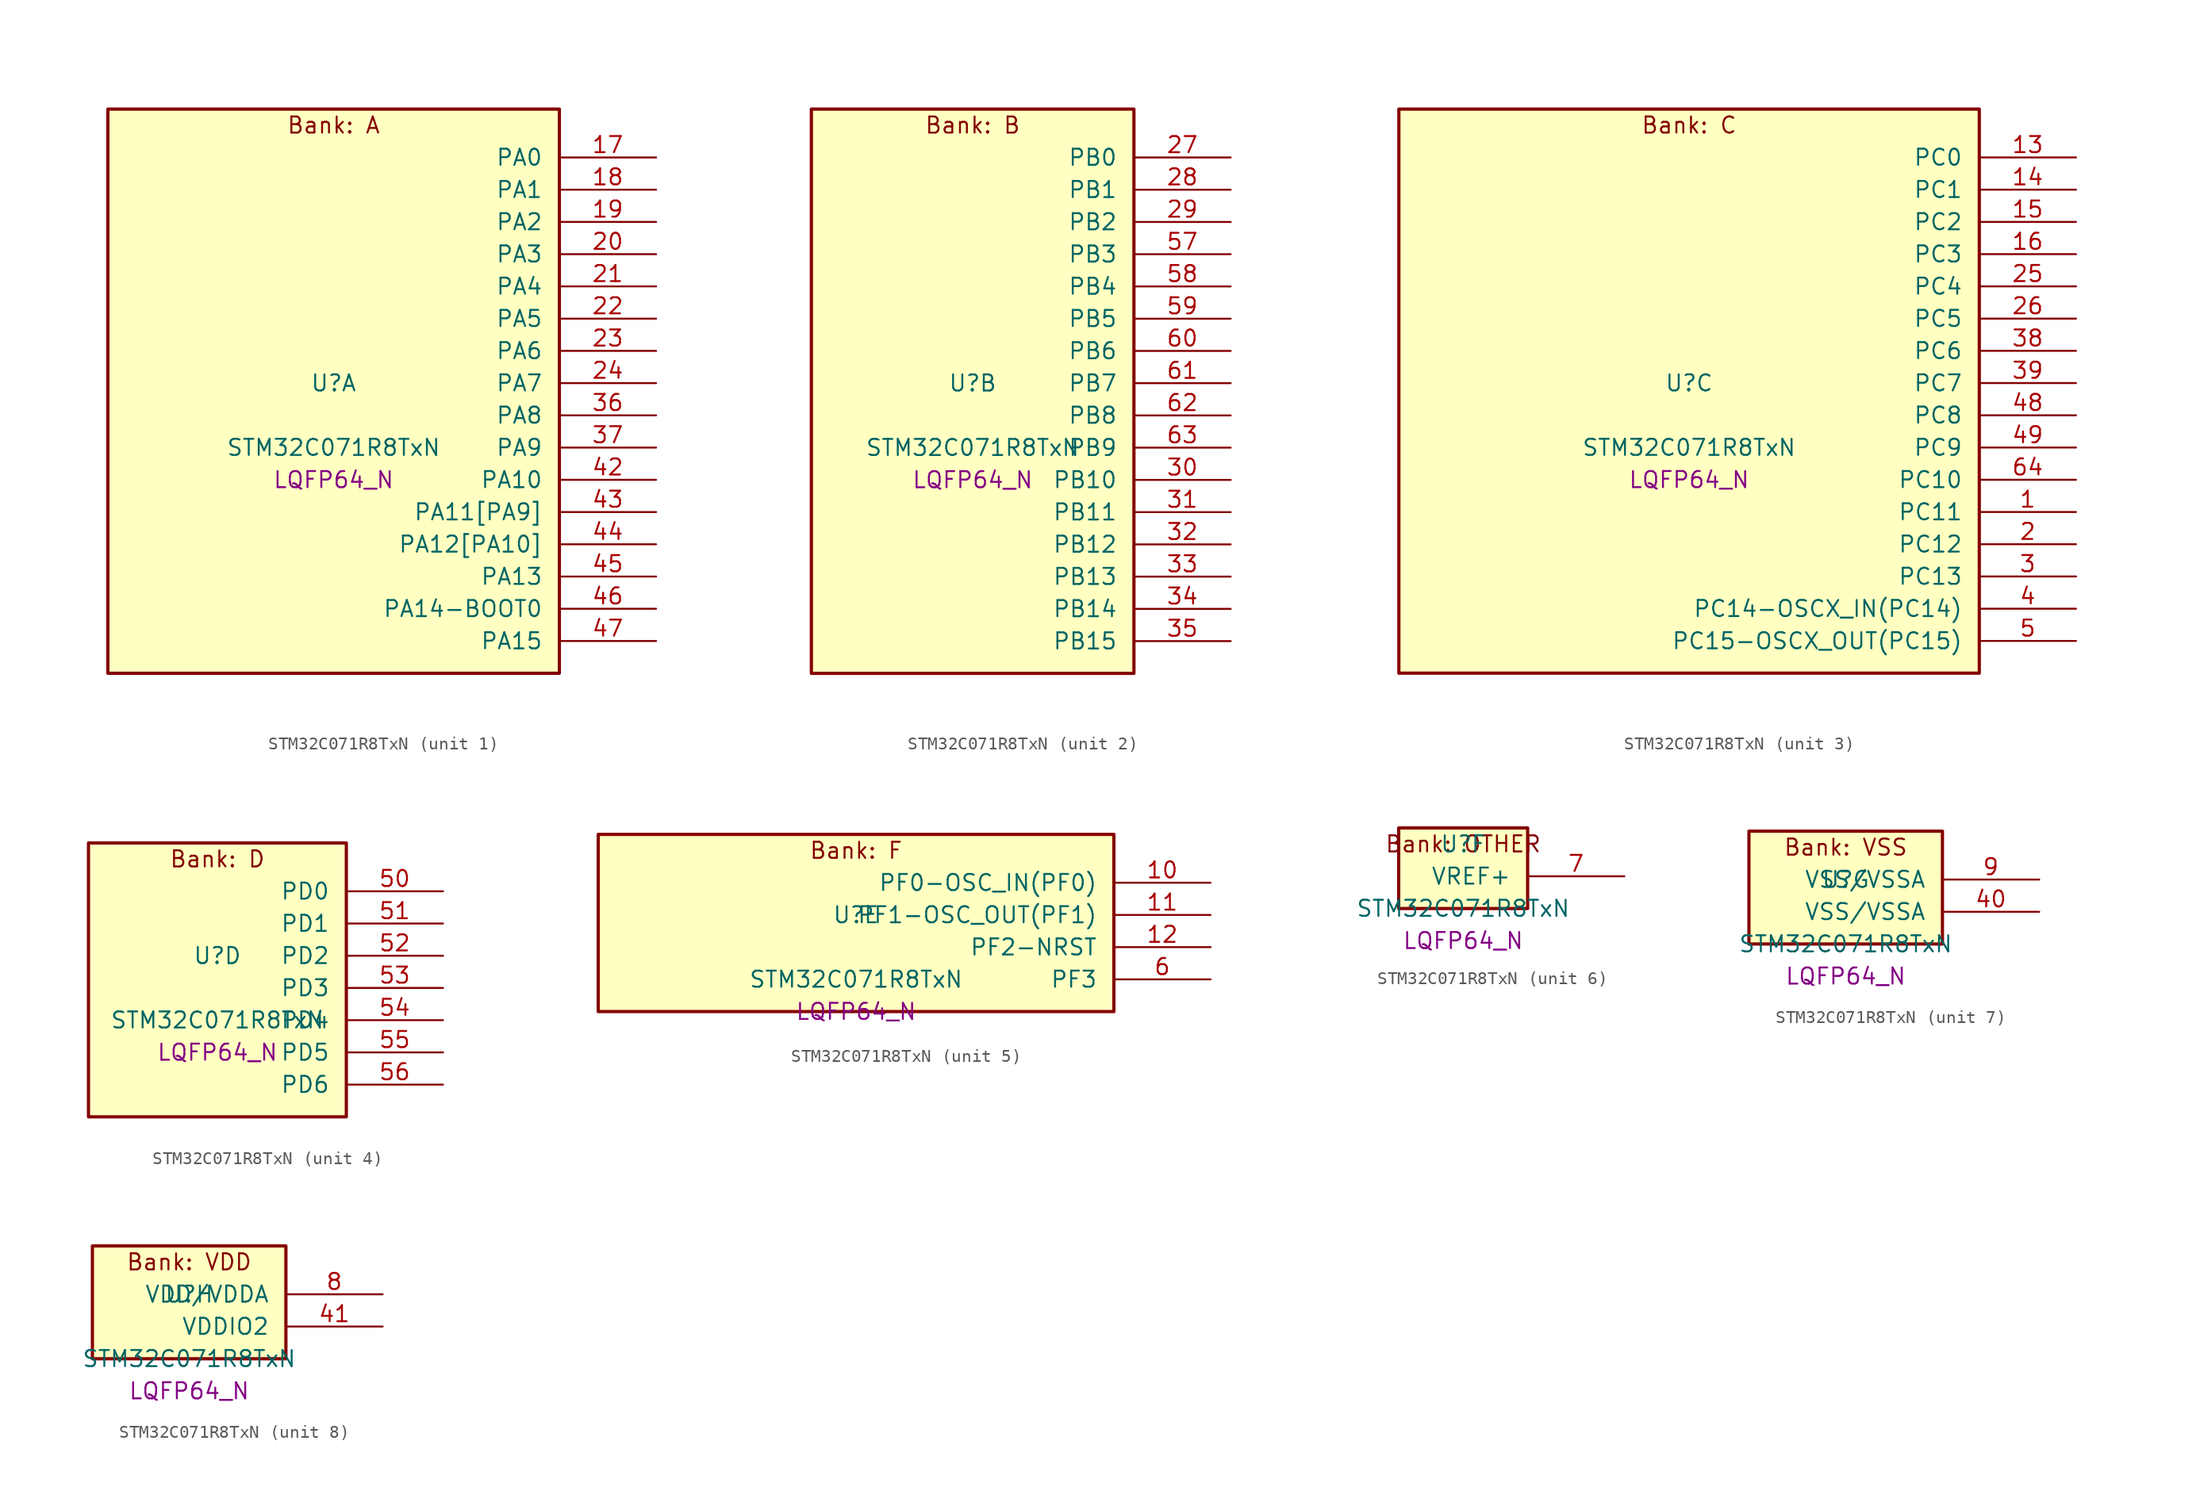
<source format=kicad_sym>
(kicad_symbol_lib
  (version 20241209)
  (generator "stm32_pkl_generator")
  (generator_version "1.0")
  (symbol "STM32C071R8TxN"
    (pin_names
      (offset 1.27))
    (property "Reference" "U"
      (at 0 2.54 0))
    (property "Value" "STM32C071R8TxN"
      (at 0 -2.54 0))
    (property "Footprint" "LQFP64_N"
      (at 0 -5.08 0))
    (symbol "STM32C071R8TxN_1_1"
      (rectangle (start -17.78 24.13) (end 17.78 -20.32) (stroke (width 0.254) (type solid)) (fill (type background)))
      (text "Bank: A" (at 0 22.86 0))
      (pin bidirectional line (at 25.4 20.32 180) (length 7.62) (name "PA0") (number "17") (alternate "PA0/ADC1_IN0" bidirectional line) (alternate "PA0/PWR_WKUP1" bidirectional line) (alternate "PA0/SPI2_SCK" bidirectional line) (alternate "PA0/TIM16_CH1" bidirectional line) (alternate "PA0/TIM1_CH1" bidirectional line) (alternate "PA0/TIM2_CH1" bidirectional line) (alternate "PA0/TIM2_ETR" bidirectional line) (alternate "PA0/USART1_TX" bidirectional line) (alternate "PA0/USART2_CTS" bidirectional line) (alternate "PA0/USART2_NSS" bidirectional line))
      (pin bidirectional line (at 25.4 17.78 180) (length 7.62) (name "PA1") (number "18") (alternate "PA1/ADC1_IN1" bidirectional line) (alternate "PA1/I2C1_SMBA" bidirectional line) (alternate "PA1/I2S1_CK" bidirectional line) (alternate "PA1/SPI1_SCK" bidirectional line) (alternate "PA1/TIM17_CH1" bidirectional line) (alternate "PA1/TIM1_CH2" bidirectional line) (alternate "PA1/TIM2_CH2" bidirectional line) (alternate "PA1/USART1_RX" bidirectional line) (alternate "PA1/USART2_CK" bidirectional line) (alternate "PA1/USART2_DE" bidirectional line) (alternate "PA1/USART2_RTS" bidirectional line))
      (pin bidirectional line (at 25.4 15.24 180) (length 7.62) (name "PA2") (number "19") (alternate "PA2/ADC1_IN2" bidirectional line) (alternate "PA2/I2S1_SD" bidirectional line) (alternate "PA2/PWR_WKUP4" bidirectional line) (alternate "PA2/RCC_LSCO" bidirectional line) (alternate "PA2/SPI1_MOSI" bidirectional line) (alternate "PA2/TIM16_CH1N" bidirectional line) (alternate "PA2/TIM1_CH3" bidirectional line) (alternate "PA2/TIM2_CH3" bidirectional line) (alternate "PA2/TIM3_ETR" bidirectional line) (alternate "PA2/USART2_TX" bidirectional line))
      (pin bidirectional line (at 25.4 12.7 180) (length 7.62) (name "PA3") (number "20") (alternate "PA3/ADC1_IN3" bidirectional line) (alternate "PA3/SPI2_MISO" bidirectional line) (alternate "PA3/TIM1_CH1N" bidirectional line) (alternate "PA3/TIM1_CH4" bidirectional line) (alternate "PA3/TIM2_CH4" bidirectional line) (alternate "PA3/USART2_RX" bidirectional line))
      (pin bidirectional line (at 25.4 10.16 180) (length 7.62) (name "PA4") (number "21") (alternate "PA4/ADC1_IN4" bidirectional line) (alternate "PA4/I2S1_WS" bidirectional line) (alternate "PA4/RTC_OUT2" bidirectional line) (alternate "PA4/SPI1_NSS" bidirectional line) (alternate "PA4/SPI2_MOSI" bidirectional line) (alternate "PA4/TIM14_CH1" bidirectional line) (alternate "PA4/TIM17_CH1N" bidirectional line) (alternate "PA4/TIM1_CH2N" bidirectional line) (alternate "PA4/USART2_TX" bidirectional line) (alternate "PA4/USB_NOE" bidirectional line))
      (pin bidirectional line (at 25.4 7.62 180) (length 7.62) (name "PA5") (number "22") (alternate "PA5/ADC1_IN5" bidirectional line) (alternate "PA5/I2S1_CK" bidirectional line) (alternate "PA5/SPI1_SCK" bidirectional line) (alternate "PA5/TIM1_CH1" bidirectional line) (alternate "PA5/TIM1_CH3N" bidirectional line) (alternate "PA5/TIM2_CH1" bidirectional line) (alternate "PA5/TIM2_ETR" bidirectional line) (alternate "PA5/USART2_RX" bidirectional line))
      (pin bidirectional line (at 25.4 5.08 180) (length 7.62) (name "PA6") (number "23") (alternate "PA6/ADC1_IN6" bidirectional line) (alternate "PA6/I2C2_SDA" bidirectional line) (alternate "PA6/I2S1_MCK" bidirectional line) (alternate "PA6/SPI1_MISO" bidirectional line) (alternate "PA6/TIM16_CH1" bidirectional line) (alternate "PA6/TIM1_BKIN" bidirectional line) (alternate "PA6/TIM3_CH1" bidirectional line))
      (pin bidirectional line (at 25.4 2.54 180) (length 7.62) (name "PA7") (number "24") (alternate "PA7/ADC1_IN7" bidirectional line) (alternate "PA7/I2C2_SCL" bidirectional line) (alternate "PA7/I2S1_SD" bidirectional line) (alternate "PA7/SPI1_MOSI" bidirectional line) (alternate "PA7/TIM14_CH1" bidirectional line) (alternate "PA7/TIM17_CH1" bidirectional line) (alternate "PA7/TIM1_CH1N" bidirectional line) (alternate "PA7/TIM3_CH2" bidirectional line))
      (pin bidirectional line (at 25.4 0 180) (length 7.62) (name "PA8") (number "36") (alternate "PA8/ADC1_IN8" bidirectional line) (alternate "PA8/CRS_SYNC" bidirectional line) (alternate "PA8/I2S1_WS" bidirectional line) (alternate "PA8/RCC_MCO" bidirectional line) (alternate "PA8/RCC_MCO_2" bidirectional line) (alternate "PA8/SPI1_NSS" bidirectional line) (alternate "PA8/SPI2_MISO" bidirectional line) (alternate "PA8/SPI2_NSS" bidirectional line) (alternate "PA8/TIM14_CH1" bidirectional line) (alternate "PA8/TIM1_CH1" bidirectional line) (alternate "PA8/TIM1_CH2N" bidirectional line) (alternate "PA8/TIM1_CH3N" bidirectional line) (alternate "PA8/TIM3_CH3" bidirectional line) (alternate "PA8/TIM3_CH4" bidirectional line) (alternate "PA8/USART1_RX" bidirectional line) (alternate "PA8/USART2_TX" bidirectional line))
      (pin bidirectional line (at 25.4 -2.54 180) (length 7.62) (name "PA9") (number "37") (alternate "PA9/I2C1_SCL" bidirectional line) (alternate "PA9/I2C2_SCL" bidirectional line) (alternate "PA9/RCC_MCO" bidirectional line) (alternate "PA9/SPI2_MISO" bidirectional line) (alternate "PA9/TIM1_CH2" bidirectional line) (alternate "PA9/TIM3_ETR" bidirectional line) (alternate "PA9/USART1_TX" bidirectional line) (alternate "PA9/NC" bidirectional line))
      (pin bidirectional line (at 25.4 -5.08 180) (length 7.62) (name "PA10") (number "42") (alternate "PA10/I2C1_SDA" bidirectional line) (alternate "PA10/I2C2_SDA" bidirectional line) (alternate "PA10/RCC_MCO_2" bidirectional line) (alternate "PA10/SPI2_MOSI" bidirectional line) (alternate "PA10/TIM17_BKIN" bidirectional line) (alternate "PA10/TIM1_CH3" bidirectional line) (alternate "PA10/USART1_RX" bidirectional line) (alternate "PA10/NC" bidirectional line))
      (pin bidirectional line (at 25.4 -7.62 180) (length 7.62) (name "PA11[PA9]") (number "43") (alternate "PA11[PA9]/ADC1_EXTI11" bidirectional line) (alternate "PA11[PA9]/I2C2_SCL" bidirectional line) (alternate "PA11[PA9]/I2S1_MCK" bidirectional line) (alternate "PA11[PA9]/SPI1_MISO" bidirectional line) (alternate "PA11[PA9]/TIM1_BKIN2" bidirectional line) (alternate "PA11[PA9]/TIM1_CH4" bidirectional line) (alternate "PA11[PA9]/USART1_CTS" bidirectional line) (alternate "PA11[PA9]/USART1_NSS" bidirectional line) (alternate "PA11[PA9]/USB_DM" bidirectional line) (alternate "PA11[PA9]/PA9[PA11]" bidirectional line) (alternate "PA11[PA9]/I2C1_SCL" bidirectional line) (alternate "PA11[PA9]/RCC_MCO" bidirectional line) (alternate "PA11[PA9]/SPI2_MISO" bidirectional line) (alternate "PA11[PA9]/TIM1_CH2" bidirectional line) (alternate "PA11[PA9]/TIM3_ETR" bidirectional line) (alternate "PA11[PA9]/USART1_TX" bidirectional line))
      (pin bidirectional line (at 25.4 -10.16 180) (length 7.62) (name "PA12[PA10]") (number "44") (alternate "PA12[PA10]/I2C2_SDA" bidirectional line) (alternate "PA12[PA10]/I2S1_SD" bidirectional line) (alternate "PA12[PA10]/I2S_CKIN" bidirectional line) (alternate "PA12[PA10]/SPI1_MOSI" bidirectional line) (alternate "PA12[PA10]/TIM1_ETR" bidirectional line) (alternate "PA12[PA10]/USART1_CK" bidirectional line) (alternate "PA12[PA10]/USART1_DE" bidirectional line) (alternate "PA12[PA10]/USART1_RTS" bidirectional line) (alternate "PA12[PA10]/USB_DP" bidirectional line) (alternate "PA12[PA10]/PA10[PA12]" bidirectional line) (alternate "PA12[PA10]/I2C1_SDA" bidirectional line) (alternate "PA12[PA10]/RCC_MCO_2" bidirectional line) (alternate "PA12[PA10]/SPI2_MOSI" bidirectional line) (alternate "PA12[PA10]/TIM17_BKIN" bidirectional line) (alternate "PA12[PA10]/TIM1_CH3" bidirectional line) (alternate "PA12[PA10]/USART1_RX" bidirectional line))
      (pin bidirectional line (at 25.4 -12.7 180) (length 7.62) (name "PA13") (number "45") (alternate "PA13/ADC1_IN13" bidirectional line) (alternate "PA13/DEBUG_SWDIO" bidirectional line) (alternate "PA13/IR_OUT" bidirectional line) (alternate "PA13/TIM3_ETR" bidirectional line) (alternate "PA13/USART2_RX" bidirectional line) (alternate "PA13/USB_NOE" bidirectional line))
      (pin bidirectional line (at 25.4 -15.24 180) (length 7.62) (name "PA14-BOOT0") (number "46") (alternate "PA14-BOOT0/ADC1_IN14" bidirectional line) (alternate "PA14-BOOT0/DEBUG_SWCLK" bidirectional line) (alternate "PA14-BOOT0/I2S1_WS" bidirectional line) (alternate "PA14-BOOT0/RCC_MCO_2" bidirectional line) (alternate "PA14-BOOT0/SPI1_NSS" bidirectional line) (alternate "PA14-BOOT0/TIM1_CH1" bidirectional line) (alternate "PA14-BOOT0/USART1_CK" bidirectional line) (alternate "PA14-BOOT0/USART1_DE" bidirectional line) (alternate "PA14-BOOT0/USART1_RTS" bidirectional line) (alternate "PA14-BOOT0/USART2_RX" bidirectional line) (alternate "PA14-BOOT0/USART2_TX" bidirectional line))
      (pin bidirectional line (at 25.4 -17.78 180) (length 7.62) (name "PA15") (number "47") (alternate "PA15/I2S1_WS" bidirectional line) (alternate "PA15/RCC_MCO_2" bidirectional line) (alternate "PA15/SPI1_NSS" bidirectional line) (alternate "PA15/TIM1_CH1" bidirectional line) (alternate "PA15/TIM2_CH1" bidirectional line) (alternate "PA15/TIM2_ETR" bidirectional line) (alternate "PA15/USART1_CK" bidirectional line) (alternate "PA15/USART1_DE" bidirectional line) (alternate "PA15/USART1_RTS" bidirectional line) (alternate "PA15/USART2_RX" bidirectional line) (alternate "PA15/USB_NOE" bidirectional line)))
    (symbol "STM32C071R8TxN_2_1"
      (rectangle (start -12.7 24.13) (end 12.7 -20.32) (stroke (width 0.254) (type solid)) (fill (type background)))
      (text "Bank: B" (at 0 22.86 0))
      (pin bidirectional line (at 20.32 20.32 180) (length 7.62) (name "PB0") (number "27") (alternate "PB0/ADC1_IN17" bidirectional line) (alternate "PB0/I2S1_WS" bidirectional line) (alternate "PB0/SPI1_NSS" bidirectional line) (alternate "PB0/TIM1_CH2N" bidirectional line) (alternate "PB0/TIM3_CH3" bidirectional line))
      (pin bidirectional line (at 20.32 17.78 180) (length 7.62) (name "PB1") (number "28") (alternate "PB1/ADC1_IN18" bidirectional line) (alternate "PB1/TIM14_CH1" bidirectional line) (alternate "PB1/TIM1_CH2N" bidirectional line) (alternate "PB1/TIM1_CH3N" bidirectional line) (alternate "PB1/TIM3_CH4" bidirectional line))
      (pin bidirectional line (at 20.32 15.24 180) (length 7.62) (name "PB2") (number "29") (alternate "PB2/ADC1_IN19" bidirectional line) (alternate "PB2/RCC_MCO_2" bidirectional line) (alternate "PB2/SPI2_MISO" bidirectional line) (alternate "PB2/USART1_RX" bidirectional line))
      (pin bidirectional line (at 20.32 12.7 180) (length 7.62) (name "PB3") (number "57") (alternate "PB3/I2C2_SCL" bidirectional line) (alternate "PB3/I2S1_CK" bidirectional line) (alternate "PB3/SPI1_SCK" bidirectional line) (alternate "PB3/TIM1_CH2" bidirectional line) (alternate "PB3/TIM2_CH2" bidirectional line) (alternate "PB3/TIM3_CH2" bidirectional line) (alternate "PB3/USART1_CK" bidirectional line) (alternate "PB3/USART1_DE" bidirectional line) (alternate "PB3/USART1_RTS" bidirectional line))
      (pin bidirectional line (at 20.32 10.16 180) (length 7.62) (name "PB4") (number "58") (alternate "PB4/I2C2_SDA" bidirectional line) (alternate "PB4/I2S1_MCK" bidirectional line) (alternate "PB4/SPI1_MISO" bidirectional line) (alternate "PB4/TIM17_BKIN" bidirectional line) (alternate "PB4/TIM3_CH1" bidirectional line) (alternate "PB4/USART1_CTS" bidirectional line) (alternate "PB4/USART1_NSS" bidirectional line))
      (pin bidirectional line (at 20.32 7.62 180) (length 7.62) (name "PB5") (number "59") (alternate "PB5/I2C1_SMBA" bidirectional line) (alternate "PB5/I2S1_SD" bidirectional line) (alternate "PB5/PWR_WKUP6" bidirectional line) (alternate "PB5/SPI1_MOSI" bidirectional line) (alternate "PB5/TIM16_BKIN" bidirectional line) (alternate "PB5/TIM3_CH2" bidirectional line) (alternate "PB5/TIM3_CH3" bidirectional line))
      (pin bidirectional line (at 20.32 5.08 180) (length 7.62) (name "PB6") (number "60") (alternate "PB6/I2C1_SCL" bidirectional line) (alternate "PB6/I2C1_SMBA" bidirectional line) (alternate "PB6/I2S1_CK" bidirectional line) (alternate "PB6/I2S1_MCK" bidirectional line) (alternate "PB6/I2S1_SD" bidirectional line) (alternate "PB6/PWR_WKUP3" bidirectional line) (alternate "PB6/SPI1_MISO" bidirectional line) (alternate "PB6/SPI1_MOSI" bidirectional line) (alternate "PB6/SPI1_SCK" bidirectional line) (alternate "PB6/SPI2_MISO" bidirectional line) (alternate "PB6/TIM16_BKIN" bidirectional line) (alternate "PB6/TIM16_CH1N" bidirectional line) (alternate "PB6/TIM17_BKIN" bidirectional line) (alternate "PB6/TIM1_CH2" bidirectional line) (alternate "PB6/TIM1_CH3" bidirectional line) (alternate "PB6/TIM3_CH1" bidirectional line) (alternate "PB6/TIM3_CH2" bidirectional line) (alternate "PB6/TIM3_CH3" bidirectional line) (alternate "PB6/USART1_CTS" bidirectional line) (alternate "PB6/USART1_NSS" bidirectional line) (alternate "PB6/USART1_TX" bidirectional line))
      (pin bidirectional line (at 20.32 2.54 180) (length 7.62) (name "PB7") (number "61") (alternate "PB7/I2C1_SCL" bidirectional line) (alternate "PB7/I2C1_SDA" bidirectional line) (alternate "PB7/SPI2_MOSI" bidirectional line) (alternate "PB7/TIM16_CH1" bidirectional line) (alternate "PB7/TIM17_CH1N" bidirectional line) (alternate "PB7/TIM1_CH4" bidirectional line) (alternate "PB7/TIM3_CH1" bidirectional line) (alternate "PB7/TIM3_CH4" bidirectional line) (alternate "PB7/USART1_RX" bidirectional line) (alternate "PB7/USART2_CTS" bidirectional line) (alternate "PB7/USART2_NSS" bidirectional line))
      (pin bidirectional line (at 20.32 0 180) (length 7.62) (name "PB8") (number "62") (alternate "PB8/I2C1_SCL" bidirectional line) (alternate "PB8/SPI2_SCK" bidirectional line) (alternate "PB8/TIM16_CH1" bidirectional line) (alternate "PB8/TIM3_CH1" bidirectional line) (alternate "PB8/USART2_CTS" bidirectional line) (alternate "PB8/USART2_NSS" bidirectional line))
      (pin bidirectional line (at 20.32 -2.54 180) (length 7.62) (name "PB9") (number "63") (alternate "PB9/I2C1_SDA" bidirectional line) (alternate "PB9/IR_OUT" bidirectional line) (alternate "PB9/SPI2_NSS" bidirectional line) (alternate "PB9/TIM17_CH1" bidirectional line) (alternate "PB9/TIM3_CH2" bidirectional line) (alternate "PB9/USART2_CK" bidirectional line) (alternate "PB9/USART2_DE" bidirectional line) (alternate "PB9/USART2_RTS" bidirectional line))
      (pin bidirectional line (at 20.32 -5.08 180) (length 7.62) (name "PB10") (number "30") (alternate "PB10/ADC1_IN20" bidirectional line) (alternate "PB10/I2C2_SCL" bidirectional line) (alternate "PB10/SPI2_SCK" bidirectional line) (alternate "PB10/TIM2_CH3" bidirectional line))
      (pin bidirectional line (at 20.32 -7.62 180) (length 7.62) (name "PB11") (number "31") (alternate "PB11/ADC1_EXTI11" bidirectional line) (alternate "PB11/ADC1_IN21" bidirectional line) (alternate "PB11/I2C2_SDA" bidirectional line) (alternate "PB11/SPI2_MOSI" bidirectional line) (alternate "PB11/TIM2_CH4" bidirectional line))
      (pin bidirectional line (at 20.32 -10.16 180) (length 7.62) (name "PB12") (number "32") (alternate "PB12/ADC1_IN22" bidirectional line) (alternate "PB12/SPI2_NSS" bidirectional line) (alternate "PB12/TIM1_BKIN" bidirectional line) (alternate "PB12/TIM1_BKIN2" bidirectional line))
      (pin bidirectional line (at 20.32 -12.7 180) (length 7.62) (name "PB13") (number "33") (alternate "PB13/I2C2_SCL" bidirectional line) (alternate "PB13/SPI2_SCK" bidirectional line) (alternate "PB13/TIM1_CH1N" bidirectional line))
      (pin bidirectional line (at 20.32 -15.24 180) (length 7.62) (name "PB14") (number "34") (alternate "PB14/I2C2_SDA" bidirectional line) (alternate "PB14/SPI2_MISO" bidirectional line) (alternate "PB14/TIM1_CH2N" bidirectional line))
      (pin bidirectional line (at 20.32 -17.78 180) (length 7.62) (name "PB15") (number "35") (alternate "PB15/RTC_REFIN" bidirectional line) (alternate "PB15/SPI2_MOSI" bidirectional line) (alternate "PB15/TIM1_CH3N" bidirectional line)))
    (symbol "STM32C071R8TxN_3_1"
      (rectangle (start -22.86 24.13) (end 22.86 -20.32) (stroke (width 0.254) (type solid)) (fill (type background)))
      (text "Bank: C" (at 0 22.86 0))
      (pin bidirectional line (at 30.48 20.32 180) (length 7.62) (name "PC0") (number "13"))
      (pin bidirectional line (at 30.48 17.78 180) (length 7.62) (name "PC1") (number "14"))
      (pin bidirectional line (at 30.48 15.24 180) (length 7.62) (name "PC2") (number "15") (alternate "PC2/SPI2_MISO" bidirectional line))
      (pin bidirectional line (at 30.48 12.7 180) (length 7.62) (name "PC3") (number "16") (alternate "PC3/SPI2_MOSI" bidirectional line))
      (pin bidirectional line (at 30.48 10.16 180) (length 7.62) (name "PC4") (number "25") (alternate "PC4/ADC1_IN11" bidirectional line) (alternate "PC4/TIM2_CH1" bidirectional line) (alternate "PC4/TIM2_ETR" bidirectional line) (alternate "PC4/USART1_TX" bidirectional line))
      (pin bidirectional line (at 30.48 7.62 180) (length 7.62) (name "PC5") (number "26") (alternate "PC5/ADC1_IN12" bidirectional line) (alternate "PC5/PWR_WKUP5" bidirectional line) (alternate "PC5/TIM2_CH2" bidirectional line) (alternate "PC5/USART1_RX" bidirectional line))
      (pin bidirectional line (at 30.48 5.08 180) (length 7.62) (name "PC6") (number "38") (alternate "PC6/TIM2_CH3" bidirectional line) (alternate "PC6/TIM3_CH1" bidirectional line))
      (pin bidirectional line (at 30.48 2.54 180) (length 7.62) (name "PC7") (number "39") (alternate "PC7/TIM2_CH4" bidirectional line) (alternate "PC7/TIM3_CH2" bidirectional line))
      (pin bidirectional line (at 30.48 0 180) (length 7.62) (name "PC8") (number "48") (alternate "PC8/TIM1_CH1" bidirectional line) (alternate "PC8/TIM3_CH3" bidirectional line))
      (pin bidirectional line (at 30.48 -2.54 180) (length 7.62) (name "PC9") (number "49") (alternate "PC9/I2S_CKIN" bidirectional line) (alternate "PC9/TIM1_CH2" bidirectional line) (alternate "PC9/TIM3_CH4" bidirectional line) (alternate "PC9/USB_NOE" bidirectional line))
      (pin bidirectional line (at 30.48 -5.08 180) (length 7.62) (name "PC10") (number "64") (alternate "PC10/TIM1_CH3" bidirectional line))
      (pin bidirectional line (at 30.48 -7.62 180) (length 7.62) (name "PC11") (number "1") (alternate "PC11/ADC1_EXTI11" bidirectional line) (alternate "PC11/TIM1_CH4" bidirectional line))
      (pin bidirectional line (at 30.48 -10.16 180) (length 7.62) (name "PC12") (number "2") (alternate "PC12/TIM14_CH1" bidirectional line))
      (pin bidirectional line (at 30.48 -12.7 180) (length 7.62) (name "PC13") (number "3") (alternate "PC13/PWR_WKUP2" bidirectional line) (alternate "PC13/RTC_OUT1" bidirectional line) (alternate "PC13/RTC_TS" bidirectional line) (alternate "PC13/TIM1_BKIN" bidirectional line) (alternate "PC13/TIM1_ETR" bidirectional line))
      (pin bidirectional line (at 30.48 -15.24 180) (length 7.62) (name "PC14-OSCX_IN(PC14)") (number "4") (alternate "PC14-OSCX_IN(PC14)/I2C1_SDA" bidirectional line) (alternate "PC14-OSCX_IN(PC14)/IR_OUT" bidirectional line) (alternate "PC14-OSCX_IN(PC14)/RCC_OSCX_IN" bidirectional line) (alternate "PC14-OSCX_IN(PC14)/SPI2_NSS" bidirectional line) (alternate "PC14-OSCX_IN(PC14)/TIM17_CH1" bidirectional line) (alternate "PC14-OSCX_IN(PC14)/TIM1_BKIN2" bidirectional line) (alternate "PC14-OSCX_IN(PC14)/TIM1_ETR" bidirectional line) (alternate "PC14-OSCX_IN(PC14)/TIM3_CH2" bidirectional line) (alternate "PC14-OSCX_IN(PC14)/USART1_TX" bidirectional line) (alternate "PC14-OSCX_IN(PC14)/USART2_CK" bidirectional line) (alternate "PC14-OSCX_IN(PC14)/USART2_DE" bidirectional line) (alternate "PC14-OSCX_IN(PC14)/USART2_RTS" bidirectional line))
      (pin bidirectional line (at 30.48 -17.78 180) (length 7.62) (name "PC15-OSCX_OUT(PC15)") (number "5") (alternate "PC15-OSCX_OUT(PC15)/RCC_OSC32_EN" bidirectional line) (alternate "PC15-OSCX_OUT(PC15)/RCC_OSCX_OUT" bidirectional line) (alternate "PC15-OSCX_OUT(PC15)/RCC_OSC_EN" bidirectional line) (alternate "PC15-OSCX_OUT(PC15)/TIM1_ETR" bidirectional line) (alternate "PC15-OSCX_OUT(PC15)/TIM3_CH3" bidirectional line)))
    (symbol "STM32C071R8TxN_4_1"
      (rectangle (start -10.16 11.43) (end 10.16 -10.16) (stroke (width 0.254) (type solid)) (fill (type background)))
      (text "Bank: D" (at 0 10.16 0))
      (pin bidirectional line (at 17.78 7.62 180) (length 7.62) (name "PD0") (number "50") (alternate "PD0/SPI2_NSS" bidirectional line) (alternate "PD0/TIM16_CH1" bidirectional line))
      (pin bidirectional line (at 17.78 5.08 180) (length 7.62) (name "PD1") (number "51") (alternate "PD1/SPI2_SCK" bidirectional line) (alternate "PD1/TIM17_CH1" bidirectional line))
      (pin bidirectional line (at 17.78 2.54 180) (length 7.62) (name "PD2") (number "52") (alternate "PD2/TIM1_CH1N" bidirectional line) (alternate "PD2/TIM3_ETR" bidirectional line))
      (pin bidirectional line (at 17.78 0 180) (length 7.62) (name "PD3") (number "53") (alternate "PD3/SPI2_MISO" bidirectional line) (alternate "PD3/TIM1_CH2N" bidirectional line) (alternate "PD3/USART2_CTS" bidirectional line) (alternate "PD3/USART2_NSS" bidirectional line))
      (pin bidirectional line (at 17.78 -2.54 180) (length 7.62) (name "PD4") (number "54") (alternate "PD4/SPI2_MOSI" bidirectional line) (alternate "PD4/TIM1_CH3N" bidirectional line) (alternate "PD4/USART2_CK" bidirectional line) (alternate "PD4/USART2_DE" bidirectional line) (alternate "PD4/USART2_RTS" bidirectional line))
      (pin bidirectional line (at 17.78 -5.08 180) (length 7.62) (name "PD5") (number "55") (alternate "PD5/I2S1_MCK" bidirectional line) (alternate "PD5/SPI1_MISO" bidirectional line) (alternate "PD5/TIM1_BKIN" bidirectional line) (alternate "PD5/USART2_TX" bidirectional line))
      (pin bidirectional line (at 17.78 -7.62 180) (length 7.62) (name "PD6") (number "56") (alternate "PD6/I2S1_SD" bidirectional line) (alternate "PD6/SPI1_MOSI" bidirectional line) (alternate "PD6/USART2_RX" bidirectional line)))
    (symbol "STM32C071R8TxN_5_1"
      (rectangle (start -20.32 8.89) (end 20.32 -5.08) (stroke (width 0.254) (type solid)) (fill (type background)))
      (text "Bank: F" (at 0 7.62 0))
      (pin bidirectional line (at 27.94 5.08 180) (length 7.62) (name "PF0-OSC_IN(PF0)") (number "10") (alternate "PF0-OSC_IN(PF0)/CRS_SYNC" bidirectional line) (alternate "PF0-OSC_IN(PF0)/RCC_OSC_IN" bidirectional line) (alternate "PF0-OSC_IN(PF0)/TIM14_CH1" bidirectional line))
      (pin bidirectional line (at 27.94 2.54 180) (length 7.62) (name "PF1-OSC_OUT(PF1)") (number "11") (alternate "PF1-OSC_OUT(PF1)/RCC_OSC_EN" bidirectional line) (alternate "PF1-OSC_OUT(PF1)/RCC_OSC_OUT" bidirectional line))
      (pin bidirectional line (at 27.94 0 180) (length 7.62) (name "PF2-NRST") (number "12") (alternate "PF2-NRST/RCC_MCO" bidirectional line) (alternate "PF2-NRST/TIM1_CH4" bidirectional line))
      (pin bidirectional line (at 27.94 -2.54 180) (length 7.62) (name "PF3") (number "6")))
    (symbol "STM32C071R8TxN_6_1"
      (rectangle (start -5.08 3.81) (end 5.08 -2.54) (stroke (width 0.254) (type solid)) (fill (type background)))
      (text "Bank: OTHER" (at 0 2.54 0))
      (pin bidirectional line (at 12.7 0 180) (length 7.62) (name "VREF+") (number "7")))
    (symbol "STM32C071R8TxN_7_1"
      (rectangle (start -7.62 6.35) (end 7.62 -2.54) (stroke (width 0.254) (type solid)) (fill (type background)))
      (text "Bank: VSS" (at 0 5.08 0))
      (pin power_in line (at 15.24 2.54 180) (length 7.62) (name "VSS/VSSA") (number "9"))
      (pin power_in line (at 15.24 0 180) (length 7.62) (name "VSS/VSSA") (number "40")))
    (symbol "STM32C071R8TxN_8_1"
      (rectangle (start -7.62 6.35) (end 7.62 -2.54) (stroke (width 0.254) (type solid)) (fill (type background)))
      (text "Bank: VDD" (at 0 5.08 0))
      (pin power_in line (at 15.24 2.54 180) (length 7.62) (name "VDD/VDDA") (number "8"))
      (pin power_in line (at 15.24 0 180) (length 7.62) (name "VDDIO2") (number "41")))))
</source>
